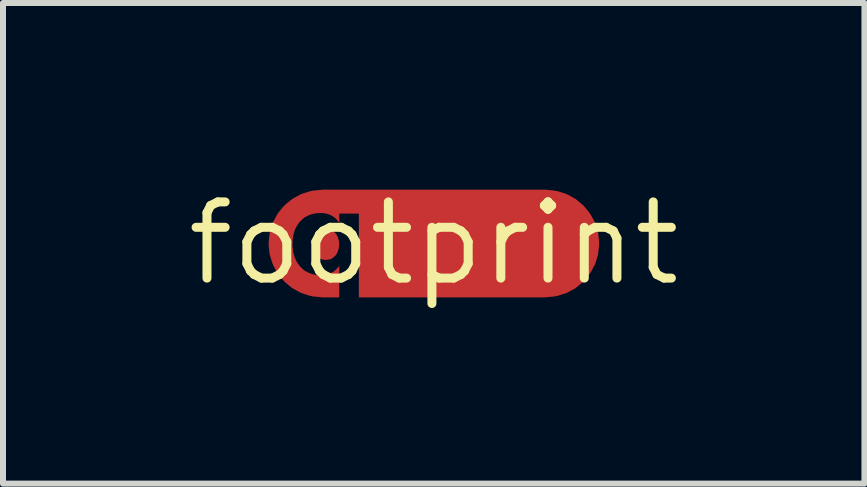
<source format=kicad_pcb>
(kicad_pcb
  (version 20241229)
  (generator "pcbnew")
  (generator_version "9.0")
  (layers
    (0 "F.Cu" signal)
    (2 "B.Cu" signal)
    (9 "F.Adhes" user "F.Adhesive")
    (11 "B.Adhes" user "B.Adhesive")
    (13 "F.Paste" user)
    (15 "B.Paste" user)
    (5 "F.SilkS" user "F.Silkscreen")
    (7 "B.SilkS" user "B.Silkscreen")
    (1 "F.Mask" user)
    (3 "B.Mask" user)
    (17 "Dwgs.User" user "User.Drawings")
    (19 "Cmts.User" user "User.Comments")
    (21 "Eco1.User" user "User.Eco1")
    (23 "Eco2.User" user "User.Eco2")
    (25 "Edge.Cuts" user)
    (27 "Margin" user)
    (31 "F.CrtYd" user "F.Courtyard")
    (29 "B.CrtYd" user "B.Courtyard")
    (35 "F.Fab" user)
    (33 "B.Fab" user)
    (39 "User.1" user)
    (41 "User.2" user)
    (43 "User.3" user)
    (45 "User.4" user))
  (footprint "footprint"
    (layer "F.Cu")
    (at 4.18 1.006)
    (property "Reference" "footprint" (at 0 0 0) (layer "F.SilkS") (effects (font (size 1.27 1.27) (thickness 0.15))))
    (fp_poly (pts (xy -1.761 -0.237) (xy -1.708 -0.227) (xy -1.665 -0.194) (xy -1.627 -0.157) (xy -1.601 -0.11) (xy -1.585 -0.06) (xy -1.577 -0.008) (xy -1.578 0.045) (xy -1.586 0.097) (xy -1.603 0.147) (xy -1.629 0.194) (xy -1.667 0.23) (xy -1.71 0.262) (xy -1.763 0.273) (xy -1.815 0.277) (xy -1.868 0.266) (xy -1.916 0.245) (xy -1.959 0.212) (xy -1.988 0.168) (xy -2.013 0.121) (xy -2.029 0.016) (xy -2.013 -0.089) (xy -1.987 -0.136) (xy -1.957 -0.179) (xy -1.914 -0.212) (xy -1.866 -0.232) (xy -1.813 -0.243)) (stroke (width 0) (type solid)) (fill yes) (layer "F.Cu"))
    (fp_poly (pts (xy 1.914 -0.889) (xy 2.02 -0.878) (xy 2.072 -0.867) (xy 2.174 -0.835) (xy 2.224 -0.817) (xy 2.364 -0.74) (xy 2.487 -0.639) (xy 2.523 -0.599) (xy 2.591 -0.517) (xy 2.62 -0.472) (xy 2.671 -0.379) (xy 2.693 -0.33) (xy 2.741 -0.178) (xy 2.757 -0.019) (xy 2.756 0.034) (xy 2.745 0.14) (xy 2.738 0.193) (xy 2.691 0.346) (xy 2.616 0.487) (xy 2.585 0.53) (xy 2.518 0.612) (xy 2.481 0.651) (xy 2.357 0.752) (xy 2.216 0.828) (xy 2.064 0.876) (xy 2.012 0.886) (xy 1.853 0.901) (xy -1.246 0.901) (xy -1.248 0.867) (xy -1.248 -0.495) (xy -1.25 -0.495) (xy -1.573 -0.495) (xy -1.574 -0.461) (xy -1.574 -0.408) (xy -1.574 -0.34) (xy -1.628 -0.409) (xy -1.669 -0.441) (xy -1.713 -0.468) (xy -1.762 -0.487) (xy -1.812 -0.499) (xy -1.864 -0.505) (xy -1.916 -0.504) (xy -1.968 -0.499) (xy -2.019 -0.489) (xy -2.069 -0.474) (xy -2.116 -0.451) (xy -2.161 -0.426) (xy -2.2 -0.391) (xy -2.237 -0.354) (xy -2.268 -0.312) (xy -2.294 -0.267) (xy -2.316 -0.22) (xy -2.331 -0.17) (xy -2.344 -0.119) (xy -2.351 -0.067) (xy -2.355 -0.015) (xy -2.354 0.037) (xy -2.35 0.09) (xy -2.343 0.141) (xy -2.33 0.192) (xy -2.314 0.242) (xy -2.293 0.289) (xy -2.267 0.334) (xy -2.236 0.377) (xy -2.2 0.414) (xy -2.161 0.449) (xy -2.116 0.475) (xy -2.069 0.498) (xy -2.02 0.514) (xy -1.969 0.525) (xy -1.917 0.53) (xy -1.865 0.533) (xy -1.813 0.527) (xy -1.762 0.516) (xy -1.714 0.497) (xy -1.669 0.471) (xy -1.629 0.438) (xy -1.575 0.377) (xy -1.574 0.433) (xy -1.574 0.857) (xy -1.575 0.901) (xy -1.859 0.901) (xy -2.018 0.885) (xy -2.07 0.873) (xy -2.171 0.841) (xy -2.221 0.822) (xy -2.361 0.745) (xy -2.484 0.644) (xy -2.587 0.521) (xy -2.616 0.476) (xy -2.667 0.383) (xy -2.689 0.334) (xy -2.736 0.182) (xy -2.752 0.023) (xy -2.75 -0.031) (xy -2.739 -0.136) (xy -2.732 -0.189) (xy -2.684 -0.342) (xy -2.609 -0.483) (xy -2.578 -0.526) (xy -2.51 -0.608) (xy -2.473 -0.646) (xy -2.391 -0.714) (xy -2.348 -0.746) (xy -2.208 -0.822) (xy -2.055 -0.87) (xy -2.003 -0.879) (xy -1.844 -0.894) (xy 1.862 -0.894)) (stroke (width 0) (type solid)) (fill yes) (layer "F.Cu"))
    (fp_poly (pts (xy -1.761 -0.237) (xy -1.708 -0.227) (xy -1.665 -0.194) (xy -1.627 -0.157) (xy -1.601 -0.11) (xy -1.585 -0.06) (xy -1.577 -0.008) (xy -1.578 0.045) (xy -1.586 0.097) (xy -1.603 0.147) (xy -1.629 0.194) (xy -1.667 0.23) (xy -1.71 0.262) (xy -1.763 0.273) (xy -1.815 0.277) (xy -1.868 0.266) (xy -1.916 0.245) (xy -1.959 0.212) (xy -1.988 0.168) (xy -2.013 0.121) (xy -2.029 0.016) (xy -2.013 -0.089) (xy -1.987 -0.136) (xy -1.957 -0.179) (xy -1.914 -0.212) (xy -1.866 -0.232) (xy -1.813 -0.243)) (stroke (width 0) (type solid)) (fill yes) (layer "F.Mask"))
    (fp_poly (pts (xy 1.914 -0.889) (xy 2.02 -0.878) (xy 2.072 -0.867) (xy 2.174 -0.835) (xy 2.224 -0.817) (xy 2.364 -0.74) (xy 2.487 -0.639) (xy 2.523 -0.599) (xy 2.591 -0.517) (xy 2.62 -0.472) (xy 2.671 -0.379) (xy 2.693 -0.33) (xy 2.741 -0.178) (xy 2.757 -0.019) (xy 2.756 0.034) (xy 2.745 0.14) (xy 2.738 0.193) (xy 2.691 0.346) (xy 2.616 0.487) (xy 2.585 0.53) (xy 2.518 0.612) (xy 2.481 0.651) (xy 2.357 0.752) (xy 2.216 0.828) (xy 2.064 0.876) (xy 2.012 0.886) (xy 1.853 0.901) (xy -1.246 0.901) (xy -1.248 0.867) (xy -1.248 -0.495) (xy -1.25 -0.495) (xy -1.573 -0.495) (xy -1.574 -0.461) (xy -1.574 -0.408) (xy -1.574 -0.34) (xy -1.628 -0.409) (xy -1.669 -0.441) (xy -1.713 -0.468) (xy -1.762 -0.487) (xy -1.812 -0.499) (xy -1.864 -0.505) (xy -1.916 -0.504) (xy -1.968 -0.499) (xy -2.019 -0.489) (xy -2.069 -0.474) (xy -2.116 -0.451) (xy -2.161 -0.426) (xy -2.2 -0.391) (xy -2.237 -0.354) (xy -2.268 -0.312) (xy -2.294 -0.267) (xy -2.316 -0.22) (xy -2.331 -0.17) (xy -2.344 -0.119) (xy -2.351 -0.067) (xy -2.355 -0.015) (xy -2.354 0.037) (xy -2.35 0.09) (xy -2.343 0.141) (xy -2.33 0.192) (xy -2.314 0.242) (xy -2.293 0.289) (xy -2.267 0.334) (xy -2.236 0.377) (xy -2.2 0.414) (xy -2.161 0.449) (xy -2.116 0.475) (xy -2.069 0.498) (xy -2.02 0.514) (xy -1.969 0.525) (xy -1.917 0.53) (xy -1.865 0.533) (xy -1.813 0.527) (xy -1.762 0.516) (xy -1.714 0.497) (xy -1.669 0.471) (xy -1.629 0.438) (xy -1.575 0.377) (xy -1.574 0.433) (xy -1.574 0.857) (xy -1.575 0.901) (xy -1.859 0.901) (xy -2.018 0.885) (xy -2.07 0.873) (xy -2.171 0.841) (xy -2.221 0.822) (xy -2.361 0.745) (xy -2.484 0.644) (xy -2.587 0.521) (xy -2.616 0.476) (xy -2.667 0.383) (xy -2.689 0.334) (xy -2.736 0.182) (xy -2.752 0.023) (xy -2.75 -0.031) (xy -2.739 -0.136) (xy -2.732 -0.189) (xy -2.684 -0.342) (xy -2.609 -0.483) (xy -2.578 -0.526) (xy -2.51 -0.608) (xy -2.473 -0.646) (xy -2.391 -0.714) (xy -2.348 -0.746) (xy -2.208 -0.822) (xy -2.055 -0.87) (xy -2.003 -0.879) (xy -1.844 -0.894) (xy 1.862 -0.894)) (stroke (width 0) (type solid)) (fill yes) (layer "F.Mask")))
  (gr_rect
    (start -3 -3)
    (end 11.36 5.012)
    (stroke (width 0.1) (type default))
    (fill no)
    (layer "Edge.Cuts")))
</source>
